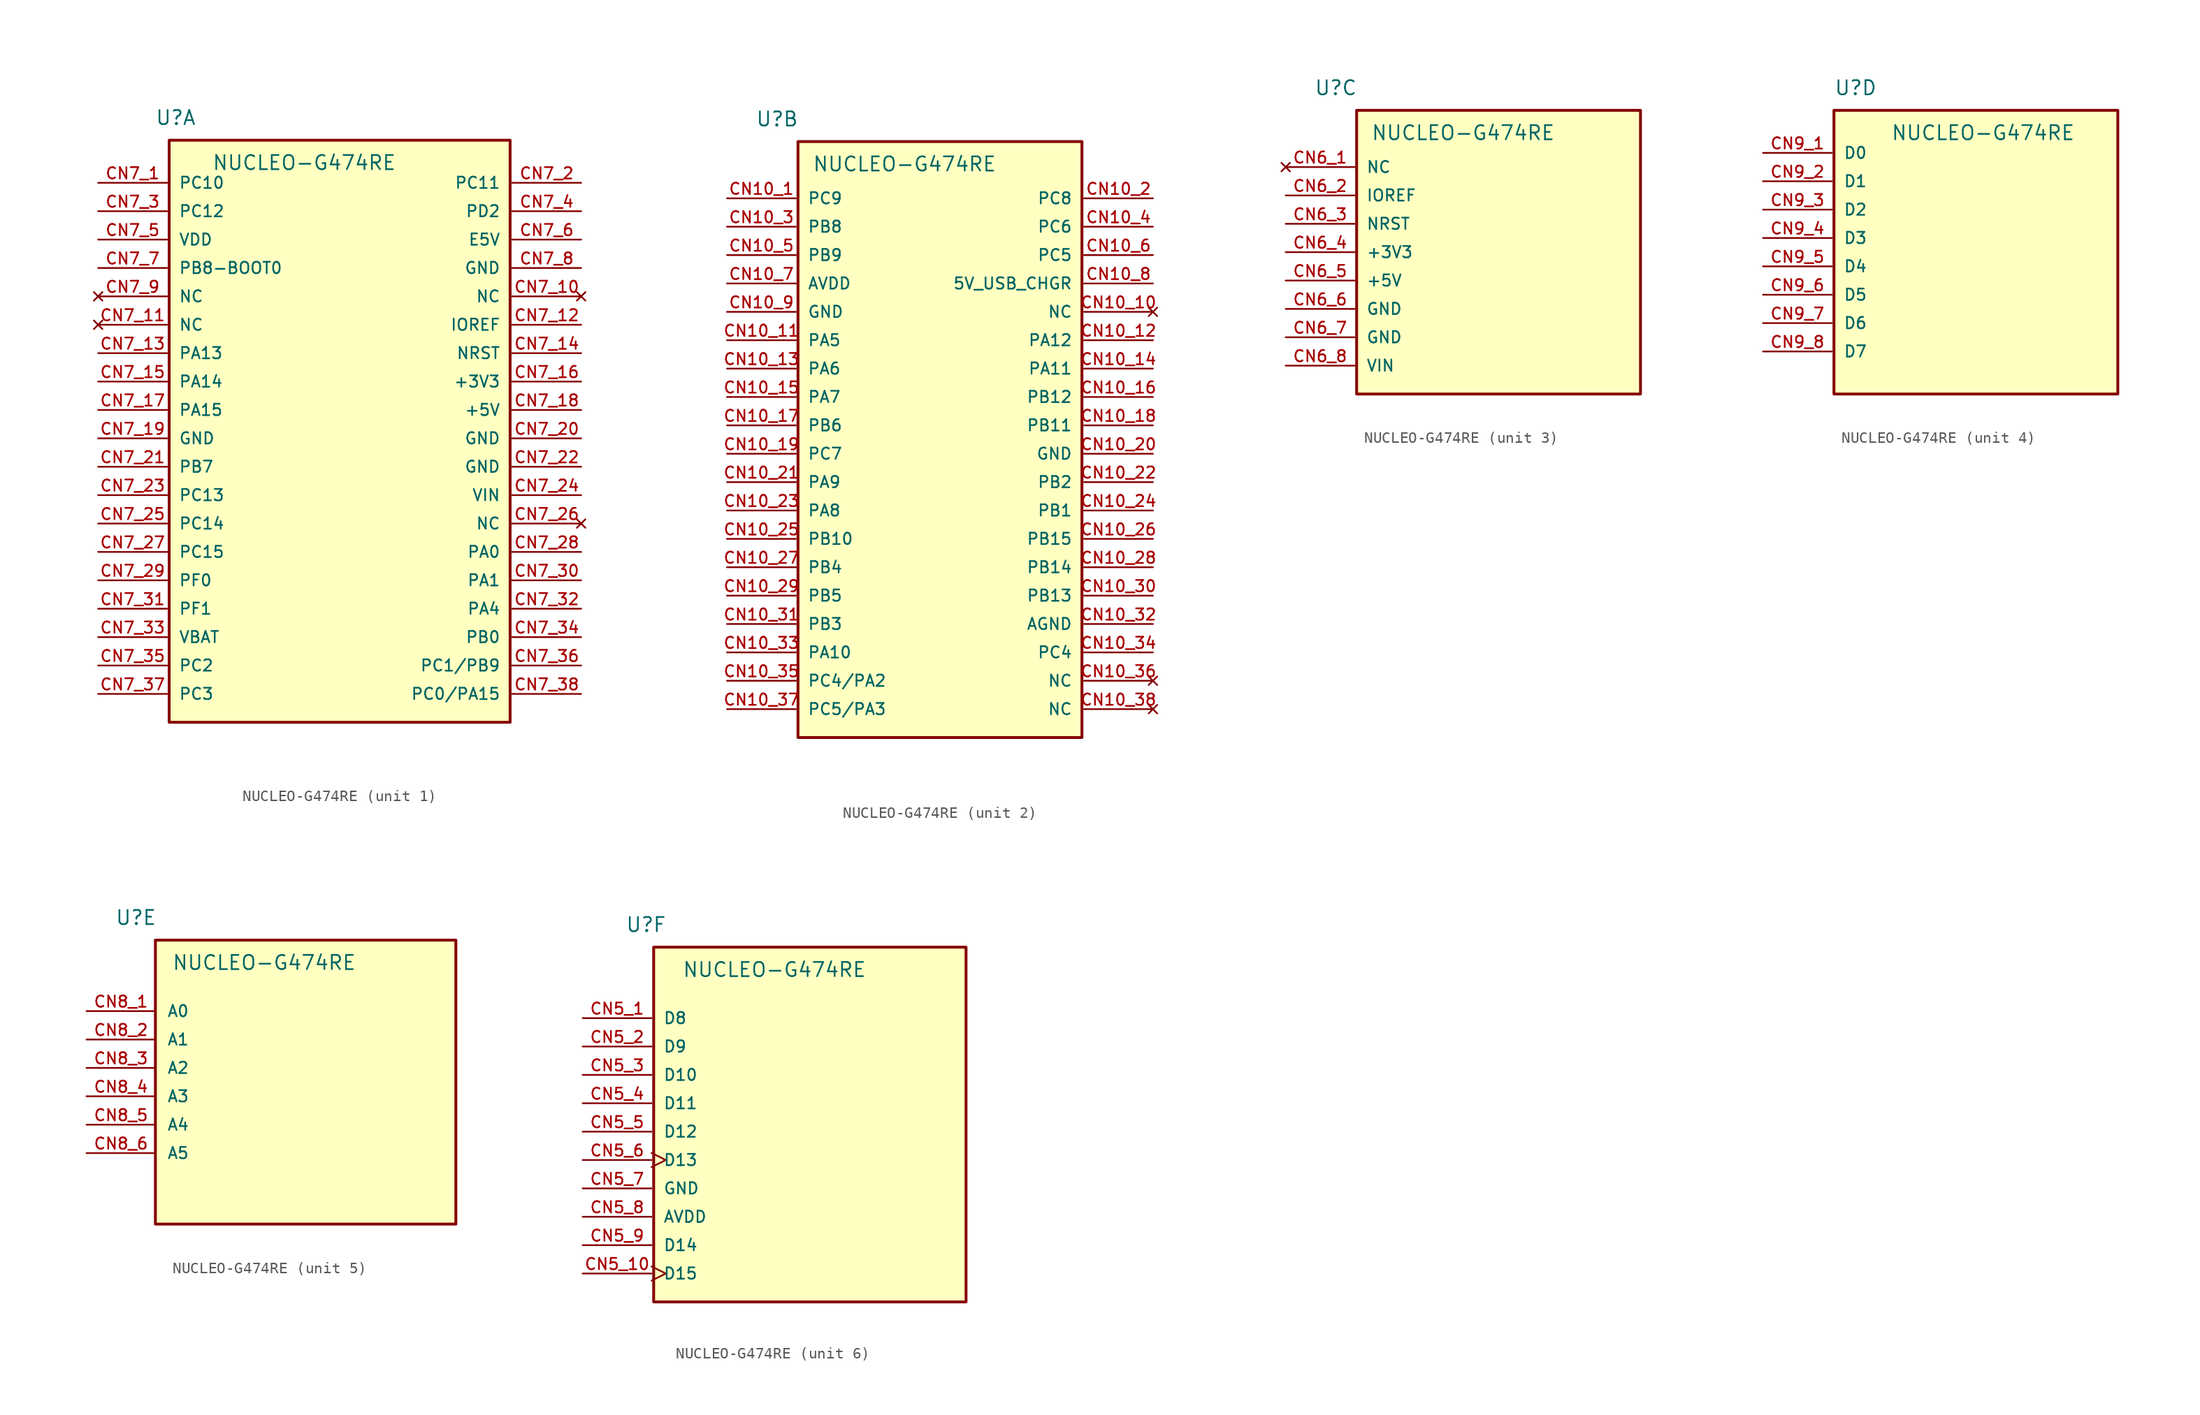
<source format=kicad_sym>
(kicad_symbol_lib
  (version 20220914)
  (generator kicad_symbol_editor)
  (symbol "NUCLEO-G474RE"
    (pin_names
      (offset 1.016))
    (property "Reference" "U"
      (at -17.78 26.67 0)
      (effects (font (size 1.27 1.27)) (justify left bottom)))
    (property "Value" "NUCLEO-G474RE"
      (at -12.7 24.13 0)
      (effects (font (size 1.27 1.27)) (justify left top)))
    (symbol "NUCLEO-G474RE_1_0"
      (rectangle (start -16.51 25.4) (end 13.97 -26.67) (stroke (width 0.254) (type default)) (fill (type background)))
      (pin bidirectional line (at -22.86 21.59 0) (length 6.16) (name "PC10" (effects (font (size 1.016 1.016)))) (number "CN7_1" (effects (font (size 1.016 1.016)))))
      (pin no_connect line (at 20.32 11.43 180) (length 6.16) (name "NC" (effects (font (size 1.016 1.016)))) (number "CN7_10" (effects (font (size 1.016 1.016)))))
      (pin no_connect line (at -22.86 8.89 0) (length 6.16) (name "NC" (effects (font (size 1.016 1.016)))) (number "CN7_11" (effects (font (size 1.016 1.016)))))
      (pin bidirectional line (at 20.32 8.89 180) (length 6.16) (name "IOREF" (effects (font (size 1.016 1.016)))) (number "CN7_12" (effects (font (size 1.016 1.016)))))
      (pin bidirectional line (at -22.86 6.35 0) (length 6.16) (name "PA13" (effects (font (size 1.016 1.016)))) (number "CN7_13" (effects (font (size 1.016 1.016)))))
      (pin bidirectional line (at 20.32 6.35 180) (length 6.16) (name "NRST" (effects (font (size 1.016 1.016)))) (number "CN7_14" (effects (font (size 1.016 1.016)))))
      (pin bidirectional line (at -22.86 3.81 0) (length 6.16) (name "PA14" (effects (font (size 1.016 1.016)))) (number "CN7_15" (effects (font (size 1.016 1.016)))))
      (pin power_in line (at 20.32 3.81 180) (length 6.16) (name "+3V3" (effects (font (size 1.016 1.016)))) (number "CN7_16" (effects (font (size 1.016 1.016)))))
      (pin bidirectional line (at -22.86 1.27 0) (length 6.16) (name "PA15" (effects (font (size 1.016 1.016)))) (number "CN7_17" (effects (font (size 1.016 1.016)))))
      (pin power_in line (at 20.32 1.27 180) (length 6.16) (name "+5V" (effects (font (size 1.016 1.016)))) (number "CN7_18" (effects (font (size 1.016 1.016)))))
      (pin power_in line (at -22.86 -1.27 0) (length 6.16) (name "GND" (effects (font (size 1.016 1.016)))) (number "CN7_19" (effects (font (size 1.016 1.016)))))
      (pin bidirectional line (at 20.32 21.59 180) (length 6.16) (name "PC11" (effects (font (size 1.016 1.016)))) (number "CN7_2" (effects (font (size 1.016 1.016)))))
      (pin power_in line (at 20.32 -1.27 180) (length 6.16) (name "GND" (effects (font (size 1.016 1.016)))) (number "CN7_20" (effects (font (size 1.016 1.016)))))
      (pin bidirectional line (at -22.86 -3.81 0) (length 6.16) (name "PB7" (effects (font (size 1.016 1.016)))) (number "CN7_21" (effects (font (size 1.016 1.016)))))
      (pin power_in line (at 20.32 -3.81 180) (length 6.16) (name "GND" (effects (font (size 1.016 1.016)))) (number "CN7_22" (effects (font (size 1.016 1.016)))))
      (pin bidirectional line (at -22.86 -6.35 0) (length 6.16) (name "PC13" (effects (font (size 1.016 1.016)))) (number "CN7_23" (effects (font (size 1.016 1.016)))))
      (pin power_in line (at 20.32 -6.35 180) (length 6.16) (name "VIN" (effects (font (size 1.016 1.016)))) (number "CN7_24" (effects (font (size 1.016 1.016)))))
      (pin bidirectional line (at -22.86 -8.89 0) (length 6.16) (name "PC14" (effects (font (size 1.016 1.016)))) (number "CN7_25" (effects (font (size 1.016 1.016)))))
      (pin no_connect line (at 20.32 -8.89 180) (length 6.16) (name "NC" (effects (font (size 1.016 1.016)))) (number "CN7_26" (effects (font (size 1.016 1.016)))))
      (pin bidirectional line (at -22.86 -11.43 0) (length 6.16) (name "PC15" (effects (font (size 1.016 1.016)))) (number "CN7_27" (effects (font (size 1.016 1.016)))))
      (pin bidirectional line (at 20.32 -11.43 180) (length 6.16) (name "PA0" (effects (font (size 1.016 1.016)))) (number "CN7_28" (effects (font (size 1.016 1.016)))))
      (pin bidirectional line (at -22.86 -13.97 0) (length 6.16) (name "PF0" (effects (font (size 1.016 1.016)))) (number "CN7_29" (effects (font (size 1.016 1.016)))))
      (pin bidirectional line (at -22.86 19.05 0) (length 6.16) (name "PC12" (effects (font (size 1.016 1.016)))) (number "CN7_3" (effects (font (size 1.016 1.016)))))
      (pin bidirectional line (at 20.32 -13.97 180) (length 6.16) (name "PA1" (effects (font (size 1.016 1.016)))) (number "CN7_30" (effects (font (size 1.016 1.016)))))
      (pin bidirectional line (at -22.86 -16.51 0) (length 6.16) (name "PF1" (effects (font (size 1.016 1.016)))) (number "CN7_31" (effects (font (size 1.016 1.016)))))
      (pin bidirectional line (at 20.32 -16.51 180) (length 6.16) (name "PA4" (effects (font (size 1.016 1.016)))) (number "CN7_32" (effects (font (size 1.016 1.016)))))
      (pin power_in line (at -22.86 -19.05 0) (length 6.16) (name "VBAT" (effects (font (size 1.016 1.016)))) (number "CN7_33" (effects (font (size 1.016 1.016)))))
      (pin bidirectional line (at 20.32 -19.05 180) (length 6.16) (name "PB0" (effects (font (size 1.016 1.016)))) (number "CN7_34" (effects (font (size 1.016 1.016)))))
      (pin bidirectional line (at -22.86 -21.59 0) (length 6.16) (name "PC2" (effects (font (size 1.016 1.016)))) (number "CN7_35" (effects (font (size 1.016 1.016)))))
      (pin bidirectional line (at 20.32 -21.59 180) (length 6.16) (name "PC1/PB9" (effects (font (size 1.016 1.016)))) (number "CN7_36" (effects (font (size 1.016 1.016)))))
      (pin bidirectional line (at -22.86 -24.13 0) (length 6.16) (name "PC3" (effects (font (size 1.016 1.016)))) (number "CN7_37" (effects (font (size 1.016 1.016)))))
      (pin bidirectional line (at 20.32 -24.13 180) (length 6.16) (name "PC0/PA15" (effects (font (size 1.016 1.016)))) (number "CN7_38" (effects (font (size 1.016 1.016)))))
      (pin bidirectional line (at 20.32 19.05 180) (length 6.16) (name "PD2" (effects (font (size 1.016 1.016)))) (number "CN7_4" (effects (font (size 1.016 1.016)))))
      (pin power_in line (at -22.86 16.51 0) (length 6.16) (name "VDD" (effects (font (size 1.016 1.016)))) (number "CN7_5" (effects (font (size 1.016 1.016)))))
      (pin power_in line (at 20.32 16.51 180) (length 6.16) (name "E5V" (effects (font (size 1.016 1.016)))) (number "CN7_6" (effects (font (size 1.016 1.016)))))
      (pin bidirectional line (at -22.86 13.97 0) (length 6.16) (name "PB8-BOOT0" (effects (font (size 1.016 1.016)))) (number "CN7_7" (effects (font (size 1.016 1.016)))))
      (pin power_in line (at 20.32 13.97 180) (length 6.16) (name "GND" (effects (font (size 1.016 1.016)))) (number "CN7_8" (effects (font (size 1.016 1.016)))))
      (pin no_connect line (at -22.86 11.43 0) (length 6.16) (name "NC" (effects (font (size 1.016 1.016)))) (number "CN7_9" (effects (font (size 1.016 1.016))))))
    (symbol "NUCLEO-G474RE_2_0"
      (rectangle (start -13.97 25.4) (end 11.43 -27.94) (stroke (width 0.254) (type default)) (fill (type background)))
      (pin bidirectional line (at -20.32 20.32 0) (length 6.16) (name "PC9" (effects (font (size 1.016 1.016)))) (number "CN10_1" (effects (font (size 1.016 1.016)))))
      (pin no_connect line (at 17.78 10.16 180) (length 6.16) (name "NC" (effects (font (size 1.016 1.016)))) (number "CN10_10" (effects (font (size 1.016 1.016)))))
      (pin bidirectional line (at -20.32 7.62 0) (length 6.16) (name "PA5" (effects (font (size 1.016 1.016)))) (number "CN10_11" (effects (font (size 1.016 1.016)))))
      (pin bidirectional line (at 17.78 7.62 180) (length 6.16) (name "PA12" (effects (font (size 1.016 1.016)))) (number "CN10_12" (effects (font (size 1.016 1.016)))))
      (pin bidirectional line (at -20.32 5.08 0) (length 6.16) (name "PA6" (effects (font (size 1.016 1.016)))) (number "CN10_13" (effects (font (size 1.016 1.016)))))
      (pin bidirectional line (at 17.78 5.08 180) (length 6.16) (name "PA11" (effects (font (size 1.016 1.016)))) (number "CN10_14" (effects (font (size 1.016 1.016)))))
      (pin bidirectional line (at -20.32 2.54 0) (length 6.16) (name "PA7" (effects (font (size 1.016 1.016)))) (number "CN10_15" (effects (font (size 1.016 1.016)))))
      (pin bidirectional line (at 17.78 2.54 180) (length 6.16) (name "PB12" (effects (font (size 1.016 1.016)))) (number "CN10_16" (effects (font (size 1.016 1.016)))))
      (pin bidirectional line (at -20.32 0 0) (length 6.16) (name "PB6" (effects (font (size 1.016 1.016)))) (number "CN10_17" (effects (font (size 1.016 1.016)))))
      (pin bidirectional line (at 17.78 0 180) (length 6.16) (name "PB11" (effects (font (size 1.016 1.016)))) (number "CN10_18" (effects (font (size 1.016 1.016)))))
      (pin bidirectional line (at -20.32 -2.54 0) (length 6.16) (name "PC7" (effects (font (size 1.016 1.016)))) (number "CN10_19" (effects (font (size 1.016 1.016)))))
      (pin bidirectional line (at 17.78 20.32 180) (length 6.16) (name "PC8" (effects (font (size 1.016 1.016)))) (number "CN10_2" (effects (font (size 1.016 1.016)))))
      (pin power_in line (at 17.78 -2.54 180) (length 6.16) (name "GND" (effects (font (size 1.016 1.016)))) (number "CN10_20" (effects (font (size 1.016 1.016)))))
      (pin bidirectional line (at -20.32 -5.08 0) (length 6.16) (name "PA9" (effects (font (size 1.016 1.016)))) (number "CN10_21" (effects (font (size 1.016 1.016)))))
      (pin bidirectional line (at 17.78 -5.08 180) (length 6.16) (name "PB2" (effects (font (size 1.016 1.016)))) (number "CN10_22" (effects (font (size 1.016 1.016)))))
      (pin bidirectional line (at -20.32 -7.62 0) (length 6.16) (name "PA8" (effects (font (size 1.016 1.016)))) (number "CN10_23" (effects (font (size 1.016 1.016)))))
      (pin bidirectional line (at 17.78 -7.62 180) (length 6.16) (name "PB1" (effects (font (size 1.016 1.016)))) (number "CN10_24" (effects (font (size 1.016 1.016)))))
      (pin bidirectional line (at -20.32 -10.16 0) (length 6.16) (name "PB10" (effects (font (size 1.016 1.016)))) (number "CN10_25" (effects (font (size 1.016 1.016)))))
      (pin bidirectional line (at 17.78 -10.16 180) (length 6.16) (name "PB15" (effects (font (size 1.016 1.016)))) (number "CN10_26" (effects (font (size 1.016 1.016)))))
      (pin bidirectional line (at -20.32 -12.7 0) (length 6.16) (name "PB4" (effects (font (size 1.016 1.016)))) (number "CN10_27" (effects (font (size 1.016 1.016)))))
      (pin bidirectional line (at 17.78 -12.7 180) (length 6.16) (name "PB14" (effects (font (size 1.016 1.016)))) (number "CN10_28" (effects (font (size 1.016 1.016)))))
      (pin bidirectional line (at -20.32 -15.24 0) (length 6.16) (name "PB5" (effects (font (size 1.016 1.016)))) (number "CN10_29" (effects (font (size 1.016 1.016)))))
      (pin bidirectional line (at -20.32 17.78 0) (length 6.16) (name "PB8" (effects (font (size 1.016 1.016)))) (number "CN10_3" (effects (font (size 1.016 1.016)))))
      (pin bidirectional line (at 17.78 -15.24 180) (length 6.16) (name "PB13" (effects (font (size 1.016 1.016)))) (number "CN10_30" (effects (font (size 1.016 1.016)))))
      (pin bidirectional line (at -20.32 -17.78 0) (length 6.16) (name "PB3" (effects (font (size 1.016 1.016)))) (number "CN10_31" (effects (font (size 1.016 1.016)))))
      (pin power_in line (at 17.78 -17.78 180) (length 6.16) (name "AGND" (effects (font (size 1.016 1.016)))) (number "CN10_32" (effects (font (size 1.016 1.016)))))
      (pin bidirectional line (at -20.32 -20.32 0) (length 6.16) (name "PA10" (effects (font (size 1.016 1.016)))) (number "CN10_33" (effects (font (size 1.016 1.016)))))
      (pin bidirectional line (at 17.78 -20.32 180) (length 6.16) (name "PC4" (effects (font (size 1.016 1.016)))) (number "CN10_34" (effects (font (size 1.016 1.016)))))
      (pin bidirectional line (at -20.32 -22.86 0) (length 6.16) (name "PC4/PA2" (effects (font (size 1.016 1.016)))) (number "CN10_35" (effects (font (size 1.016 1.016)))))
      (pin bidirectional line (at -20.32 -25.4 0) (length 6.16) (name "PC5/PA3" (effects (font (size 1.016 1.016)))) (number "CN10_37" (effects (font (size 1.016 1.016)))))
      (pin no_connect line (at 17.78 -25.4 180) (length 6.16) (name "NC" (effects (font (size 1.016 1.016)))) (number "CN10_38" (effects (font (size 1.016 1.016)))))
      (pin bidirectional line (at 17.78 17.78 180) (length 6.16) (name "PC6" (effects (font (size 1.016 1.016)))) (number "CN10_4" (effects (font (size 1.016 1.016)))))
      (pin bidirectional line (at -20.32 15.24 0) (length 6.16) (name "PB9" (effects (font (size 1.016 1.016)))) (number "CN10_5" (effects (font (size 1.016 1.016)))))
      (pin bidirectional line (at 17.78 15.24 180) (length 6.16) (name "PC5" (effects (font (size 1.016 1.016)))) (number "CN10_6" (effects (font (size 1.016 1.016)))))
      (pin power_in line (at -20.32 12.7 0) (length 6.16) (name "AVDD" (effects (font (size 1.016 1.016)))) (number "CN10_7" (effects (font (size 1.016 1.016)))))
      (pin power_in line (at 17.78 12.7 180) (length 6.16) (name "5V_USB_CHGR" (effects (font (size 1.016 1.016)))) (number "CN10_8" (effects (font (size 1.016 1.016)))))
      (pin power_in line (at -20.32 10.16 0) (length 6.16) (name "GND" (effects (font (size 1.016 1.016)))) (number "CN10_9" (effects (font (size 1.016 1.016))))))
    (symbol "NUCLEO-G474RE_2_1"
      (pin no_connect line (at 17.78 -22.86 180) (length 6.16) (name "NC" (effects (font (size 1.016 1.016)))) (number "CN10_36" (effects (font (size 1.016 1.016))))))
    (symbol "NUCLEO-G474RE_3_0"
      (rectangle (start -13.97 25.4) (end 11.43 0) (stroke (width 0.254) (type default)) (fill (type background)))
      (pin no_connect line (at -20.32 20.32 0) (length 6.16) (name "NC" (effects (font (size 1.016 1.016)))) (number "CN6_1" (effects (font (size 1.016 1.016)))))
      (pin bidirectional line (at -20.32 17.78 0) (length 6.16) (name "IOREF" (effects (font (size 1.016 1.016)))) (number "CN6_2" (effects (font (size 1.016 1.016)))))
      (pin bidirectional line (at -20.32 15.24 0) (length 6.16) (name "NRST" (effects (font (size 1.016 1.016)))) (number "CN6_3" (effects (font (size 1.016 1.016)))))
      (pin power_in line (at -20.32 12.7 0) (length 6.16) (name "+3V3" (effects (font (size 1.016 1.016)))) (number "CN6_4" (effects (font (size 1.016 1.016)))))
      (pin power_in line (at -20.32 10.16 0) (length 6.16) (name "+5V" (effects (font (size 1.016 1.016)))) (number "CN6_5" (effects (font (size 1.016 1.016)))))
      (pin power_in line (at -20.32 7.62 0) (length 6.16) (name "GND" (effects (font (size 1.016 1.016)))) (number "CN6_6" (effects (font (size 1.016 1.016)))))
      (pin power_in line (at -20.32 5.08 0) (length 6.16) (name "GND" (effects (font (size 1.016 1.016)))) (number "CN6_7" (effects (font (size 1.016 1.016)))))
      (pin power_in line (at -20.32 2.54 0) (length 6.16) (name "VIN" (effects (font (size 1.016 1.016)))) (number "CN6_8" (effects (font (size 1.016 1.016))))))
    (symbol "NUCLEO-G474RE_4_0"
      (rectangle (start -17.78 25.4) (end 7.62 0) (stroke (width 0.254) (type default)) (fill (type background)))
      (pin input line (at -24.13 21.59 0) (length 6.16) (name "D0" (effects (font (size 1.016 1.016)))) (number "CN9_1" (effects (font (size 1.016 1.016)))))
      (pin output line (at -24.13 19.05 0) (length 6.16) (name "D1" (effects (font (size 1.016 1.016)))) (number "CN9_2" (effects (font (size 1.016 1.016)))))
      (pin bidirectional line (at -24.13 16.51 0) (length 6.16) (name "D2" (effects (font (size 1.016 1.016)))) (number "CN9_3" (effects (font (size 1.016 1.016)))))
      (pin bidirectional line (at -24.13 13.97 0) (length 6.16) (name "D3" (effects (font (size 1.016 1.016)))) (number "CN9_4" (effects (font (size 1.016 1.016)))))
      (pin bidirectional line (at -24.13 11.43 0) (length 6.16) (name "D4" (effects (font (size 1.016 1.016)))) (number "CN9_5" (effects (font (size 1.016 1.016)))))
      (pin bidirectional line (at -24.13 8.89 0) (length 6.16) (name "D5" (effects (font (size 1.016 1.016)))) (number "CN9_6" (effects (font (size 1.016 1.016)))))
      (pin bidirectional line (at -24.13 6.35 0) (length 6.16) (name "D6" (effects (font (size 1.016 1.016)))) (number "CN9_7" (effects (font (size 1.016 1.016)))))
      (pin bidirectional line (at -24.13 3.81 0) (length 6.16) (name "D7" (effects (font (size 1.016 1.016)))) (number "CN9_8" (effects (font (size 1.016 1.016))))))
    (symbol "NUCLEO-G474RE_5_0"
      (rectangle (start -14.16 25.4) (end 12.7 0) (stroke (width 0.254) (type default)) (fill (type background)))
      (pin input line (at -20.32 19.05 0) (length 6.16) (name "A0" (effects (font (size 1.016 1.016)))) (number "CN8_1" (effects (font (size 1.016 1.016)))))
      (pin input line (at -20.32 16.51 0) (length 6.16) (name "A1" (effects (font (size 1.016 1.016)))) (number "CN8_2" (effects (font (size 1.016 1.016)))))
      (pin input line (at -20.32 13.97 0) (length 6.16) (name "A2" (effects (font (size 1.016 1.016)))) (number "CN8_3" (effects (font (size 1.016 1.016)))))
      (pin input line (at -20.32 11.43 0) (length 6.16) (name "A3" (effects (font (size 1.016 1.016)))) (number "CN8_4" (effects (font (size 1.016 1.016)))))
      (pin input line (at -20.32 8.89 0) (length 6.16) (name "A4" (effects (font (size 1.016 1.016)))) (number "CN8_5" (effects (font (size 1.016 1.016)))))
      (pin input line (at -20.32 6.35 0) (length 6.16) (name "A5" (effects (font (size 1.016 1.016)))) (number "CN8_6" (effects (font (size 1.016 1.016))))))
    (symbol "NUCLEO-G474RE_6_0"
      (rectangle (start -15.24 25.4) (end 12.7 -6.35) (stroke (width 0.254) (type default)) (fill (type background)))
      (pin bidirectional line (at -21.59 19.05 0) (length 6.16) (name "D8" (effects (font (size 1.016 1.016)))) (number "CN5_1" (effects (font (size 1.016 1.016)))))
      (pin bidirectional clock (at -21.59 -3.81 0) (length 6.16) (name "D15" (effects (font (size 1.016 1.016)))) (number "CN5_10" (effects (font (size 1.016 1.016)))))
      (pin bidirectional line (at -21.59 16.51 0) (length 6.16) (name "D9" (effects (font (size 1.016 1.016)))) (number "CN5_2" (effects (font (size 1.016 1.016)))))
      (pin bidirectional line (at -21.59 13.97 0) (length 6.16) (name "D10" (effects (font (size 1.016 1.016)))) (number "CN5_3" (effects (font (size 1.016 1.016)))))
      (pin bidirectional line (at -21.59 11.43 0) (length 6.16) (name "D11" (effects (font (size 1.016 1.016)))) (number "CN5_4" (effects (font (size 1.016 1.016)))))
      (pin bidirectional line (at -21.59 8.89 0) (length 6.16) (name "D12" (effects (font (size 1.016 1.016)))) (number "CN5_5" (effects (font (size 1.016 1.016)))))
      (pin bidirectional clock (at -21.59 6.35 0) (length 6.16) (name "D13" (effects (font (size 1.016 1.016)))) (number "CN5_6" (effects (font (size 1.016 1.016)))))
      (pin power_in line (at -21.59 3.81 0) (length 6.16) (name "GND" (effects (font (size 1.016 1.016)))) (number "CN5_7" (effects (font (size 1.016 1.016)))))
      (pin power_in line (at -21.59 1.27 0) (length 6.16) (name "AVDD" (effects (font (size 1.016 1.016)))) (number "CN5_8" (effects (font (size 1.016 1.016)))))
      (pin bidirectional line (at -21.59 -1.27 0) (length 6.16) (name "D14" (effects (font (size 1.016 1.016)))) (number "CN5_9" (effects (font (size 1.016 1.016))))))))
</source>
